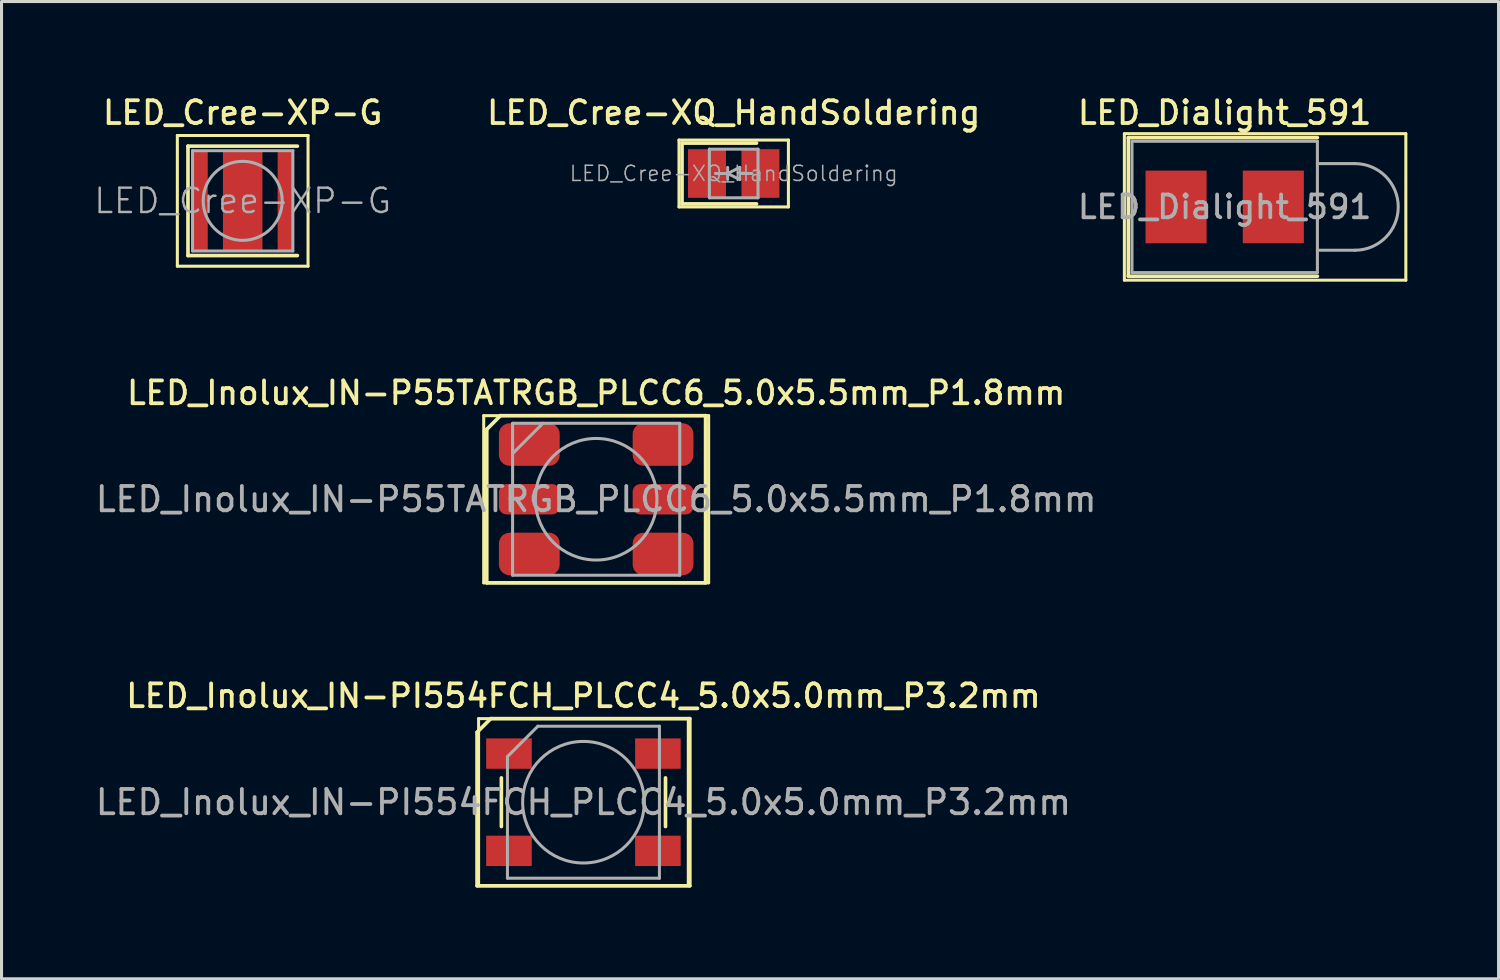
<source format=kicad_pcb>
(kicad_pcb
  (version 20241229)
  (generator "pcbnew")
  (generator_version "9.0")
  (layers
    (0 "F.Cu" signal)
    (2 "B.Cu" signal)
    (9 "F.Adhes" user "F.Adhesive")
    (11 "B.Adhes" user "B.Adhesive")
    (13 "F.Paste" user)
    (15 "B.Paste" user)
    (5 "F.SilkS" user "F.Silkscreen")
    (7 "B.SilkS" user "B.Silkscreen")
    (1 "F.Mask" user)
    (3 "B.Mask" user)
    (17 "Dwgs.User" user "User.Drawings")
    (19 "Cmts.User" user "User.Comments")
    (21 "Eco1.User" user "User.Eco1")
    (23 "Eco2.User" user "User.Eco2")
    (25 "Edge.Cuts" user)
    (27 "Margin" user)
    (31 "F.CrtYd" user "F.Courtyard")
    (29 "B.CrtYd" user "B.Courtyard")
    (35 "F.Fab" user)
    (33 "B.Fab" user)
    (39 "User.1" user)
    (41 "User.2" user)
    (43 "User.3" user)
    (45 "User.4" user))
  (footprint "LED_Cree-XQ_HandSoldering"
    (layer "F.Cu")
    (at 21.09 2.658)
    (property "Reference" "LED_Cree-XQ_HandSoldering" (at 0 -2 0) (layer "F.SilkS") (effects (font (size 0.75 0.75) (thickness 0.125))))
    (attr smd)
    (fp_line (start -1.8 -1.1) (end 1.8 -1.1) (stroke (width 0.1) (type solid)) (layer "F.SilkS"))
    (fp_line (start -1.8 1.1) (end -1.8 -1.1) (stroke (width 0.1) (type solid)) (layer "F.SilkS"))
    (fp_line (start -1.7 -1) (end -1.7 1) (stroke (width 0.12) (type solid)) (layer "F.SilkS"))
    (fp_line (start 0.75 -1) (end -1.7 -1) (stroke (width 0.12) (type solid)) (layer "F.SilkS"))
    (fp_line (start 0.75 1) (end -1.7 1) (stroke (width 0.12) (type solid)) (layer "F.SilkS"))
    (fp_line (start 1.8 -1.1) (end 1.8 1.1) (stroke (width 0.1) (type solid)) (layer "F.SilkS"))
    (fp_line (start 1.8 1.1) (end -1.8 1.1) (stroke (width 0.1) (type solid)) (layer "F.SilkS"))
    (fp_line (start -0.8 -0.8) (end 0.8 -0.8) (stroke (width 0.1) (type solid)) (layer "F.Fab"))
    (fp_line (start -0.8 0.8) (end -0.8 -0.8) (stroke (width 0.1) (type solid)) (layer "F.Fab"))
    (fp_line (start -0.6 0) (end -0.2 0) (stroke (width 0.1) (type solid)) (layer "F.Fab"))
    (fp_line (start -0.2 -0.2) (end -0.2 0.2) (stroke (width 0.1) (type solid)) (layer "F.Fab"))
    (fp_line (start -0.2 0) (end 0.2 -0.2) (stroke (width 0.1) (type solid)) (layer "F.Fab"))
    (fp_line (start 0.2 -0.2) (end 0.2 0.2) (stroke (width 0.1) (type solid)) (layer "F.Fab"))
    (fp_line (start 0.2 0.2) (end -0.2 0) (stroke (width 0.1) (type solid)) (layer "F.Fab"))
    (fp_line (start 0.6 0) (end 0.2 0) (stroke (width 0.1) (type solid)) (layer "F.Fab"))
    (fp_line (start 0.8 -0.8) (end 0.8 0.8) (stroke (width 0.1) (type solid)) (layer "F.Fab"))
    (fp_line (start 0.8 0.8) (end -0.8 0.8) (stroke (width 0.1) (type solid)) (layer "F.Fab"))
    (fp_text user "${REFERENCE}" (at 0 0 0) (layer "F.Fab") (effects (font (size 0.5 0.5) (thickness 0.05))))
    (pad "1" smd rect (at -0.88 0) (size 1.25 1.6) (layers "F.Cu" "F.Mask" "F.Paste"))
    (pad "2" smd rect (at 0.88 0) (size 1.25 1.6) (layers "F.Cu" "F.Mask" "F.Paste")))
  (footprint "LED_Inolux_IN-P55TATRGB_PLCC6_5.0x5.5mm_P1.8mm"
    (layer "F.Cu")
    (at 16.565 13.376)
    (property "Reference" "LED_Inolux_IN-P55TATRGB_PLCC6_5.0x5.5mm_P1.8mm" (at 0 -3.5 0) (layer "F.SilkS") (effects (font (size 0.75 0.75) (thickness 0.125))))
    (attr smd)
    (fp_line (start -3.7 -2.75) (end -3.7 2.75) (stroke (width 0.1) (type solid)) (layer "F.SilkS"))
    (fp_line (start -3.7 2.75) (end 3.7 2.75) (stroke (width 0.1) (type solid)) (layer "F.SilkS"))
    (fp_line (start -3.6 -2.3) (end -3.6 2.75) (stroke (width 0.12) (type default)) (layer "F.SilkS"))
    (fp_line (start -3.15 -2.75) (end -3.6 -2.3) (stroke (width 0.12) (type default)) (layer "F.SilkS"))
    (fp_line (start 3.6 -2.75) (end -3.15 -2.75) (stroke (width 0.12) (type solid)) (layer "F.SilkS"))
    (fp_line (start 3.6 2.75) (end -3.6 2.75) (stroke (width 0.12) (type solid)) (layer "F.SilkS"))
    (fp_line (start 3.6 2.75) (end 3.6 -2.75) (stroke (width 0.12) (type default)) (layer "F.SilkS"))
    (fp_line (start 3.7 -2.75) (end -3.7 -2.75) (stroke (width 0.1) (type solid)) (layer "F.SilkS"))
    (fp_line (start 3.7 2.75) (end 3.7 -2.75) (stroke (width 0.1) (type solid)) (layer "F.SilkS"))
    (fp_line (start -2.75 -2.5) (end 2.75 -2.5) (stroke (width 0.1) (type solid)) (layer "F.Fab"))
    (fp_line (start -2.75 -1.5) (end -1.75 -2.5) (stroke (width 0.1) (type solid)) (layer "F.Fab"))
    (fp_line (start -2.75 2.5) (end -2.75 -2.5) (stroke (width 0.1) (type solid)) (layer "F.Fab"))
    (fp_line (start 2.75 -2.5) (end 2.75 2.5) (stroke (width 0.1) (type solid)) (layer "F.Fab"))
    (fp_line (start 2.75 2.5) (end -2.75 2.5) (stroke (width 0.1) (type solid)) (layer "F.Fab"))
    (fp_circle (center 0 0) (end 0 -2) (stroke (width 0.1) (type solid)) (fill no) (layer "F.Fab"))
    (fp_text user "${REFERENCE}" (at 0 0 0) (layer "F.Fab") (effects (font (size 0.8 0.8) (thickness 0.125))))
    (pad "1" smd roundrect (at -2.2 -1.8) (size 2 1.4) (layers "F.Cu" "F.Mask" "F.Paste") (roundrect_rratio 0.25))
    (pad "2" smd roundrect (at -2.2 0) (size 2 1) (layers "F.Cu" "F.Mask" "F.Paste") (roundrect_rratio 0.25))
    (pad "3" smd roundrect (at -2.2 1.8) (size 2 1.4) (layers "F.Cu" "F.Mask" "F.Paste") (roundrect_rratio 0.25))
    (pad "4" smd roundrect (at 2.2 1.8) (size 2 1.4) (layers "F.Cu" "F.Mask" "F.Paste") (roundrect_rratio 0.25))
    (pad "5" smd roundrect (at 2.2 0) (size 2 1) (layers "F.Cu" "F.Mask" "F.Paste") (roundrect_rratio 0.25))
    (pad "6" smd roundrect (at 2.2 -1.8) (size 2 1.4) (layers "F.Cu" "F.Mask" "F.Paste") (roundrect_rratio 0.25)))
  (footprint "LED_Cree-XP-G"
    (layer "F.Cu")
    (at 4.935 3.558)
    (property "Reference" "LED_Cree-XP-G" (at 0 -2.9 0) (layer "F.SilkS") (effects (font (size 0.75 0.75) (thickness 0.125))))
    (attr smd)
    (fp_line (start -2.15 -2.15) (end 2.15 -2.15) (stroke (width 0.1) (type solid)) (layer "F.SilkS"))
    (fp_line (start -2.15 2.15) (end -2.15 -2.15) (stroke (width 0.1) (type solid)) (layer "F.SilkS"))
    (fp_line (start -1.8 -1.8) (end 1.8 -1.8) (stroke (width 0.12) (type solid)) (layer "F.SilkS"))
    (fp_line (start -1.8 1.8) (end -1.8 -1.8) (stroke (width 0.12) (type solid)) (layer "F.SilkS"))
    (fp_line (start 1.8 1.8) (end -1.8 1.8) (stroke (width 0.12) (type solid)) (layer "F.SilkS"))
    (fp_line (start 2.15 -2.15) (end 2.15 2.15) (stroke (width 0.1) (type solid)) (layer "F.SilkS"))
    (fp_line (start 2.15 2.15) (end -2.15 2.15) (stroke (width 0.1) (type solid)) (layer "F.SilkS"))
    (fp_line (start -1.65 -1.65) (end 1.65 -1.65) (stroke (width 0.1) (type solid)) (layer "F.Fab"))
    (fp_line (start -1.65 1.65) (end -1.65 -1.65) (stroke (width 0.1) (type solid)) (layer "F.Fab"))
    (fp_line (start 1.65 -1.65) (end 1.65 1.65) (stroke (width 0.1) (type solid)) (layer "F.Fab"))
    (fp_line (start 1.65 1.65) (end -1.65 1.65) (stroke (width 0.1) (type solid)) (layer "F.Fab"))
    (fp_circle (center 0 0) (end 0 1.3) (stroke (width 0.1) (type solid)) (fill no) (layer "F.Fab"))
    (fp_text user "${REFERENCE}" (at 0 0 0) (layer "F.Fab") (effects (font (size 0.8 0.8) (thickness 0.08))))
    (pad "" smd rect (at 0 -1) (size 1.01 0.75) (layers "F.Paste"))
    (pad "" smd rect (at 0 0) (size 1.01 0.75) (layers "F.Paste"))
    (pad "" smd rect (at 0 1) (size 1.01 0.75) (layers "F.Paste"))
    (pad "1" smd rect (at -1.4 0) (size 0.5 3.3) (layers "F.Cu" "F.Mask" "F.Paste"))
    (pad "2" smd rect (at 1.4 0) (size 0.5 3.3) (layers "F.Cu" "F.Mask" "F.Paste"))
    (pad "3" smd rect (at 0 0) (size 1.3 3.3) (layers "F.Cu" "F.Mask")))
  (footprint "LED_Dialight_591"
    (layer "F.Cu")
    (at 37.244 3.758)
    (property "Reference" "LED_Dialight_591" (at 0 -3.1 0) (layer "F.SilkS") (effects (font (size 0.75 0.75) (thickness 0.125))))
    (attr smd)
    (fp_line (start -3.3 -2.41) (end 5.96 -2.41) (stroke (width 0.1) (type solid)) (layer "F.SilkS"))
    (fp_line (start -3.3 2.41) (end -3.3 -2.41) (stroke (width 0.1) (type solid)) (layer "F.SilkS"))
    (fp_line (start -3.3 2.41) (end 5.96 2.41) (stroke (width 0.1) (type solid)) (layer "F.SilkS"))
    (fp_line (start -3.17 -2.28) (end -3.17 2.28) (stroke (width 0.12) (type solid)) (layer "F.SilkS"))
    (fp_line (start -3.17 -2.28) (end 3.05 -2.28) (stroke (width 0.12) (type solid)) (layer "F.SilkS"))
    (fp_line (start -3.17 2.28) (end 3.05 2.28) (stroke (width 0.12) (type solid)) (layer "F.SilkS"))
    (fp_line (start 5.96 -2.41) (end 5.96 2.41) (stroke (width 0.1) (type solid)) (layer "F.SilkS"))
    (fp_line (start -3.05 -2.16) (end -3.05 2.16) (stroke (width 0.1) (type solid)) (layer "F.Fab"))
    (fp_line (start -3.05 -2.16) (end 3.05 -2.16) (stroke (width 0.1) (type solid)) (layer "F.Fab"))
    (fp_line (start -3.05 2.16) (end 3.05 2.16) (stroke (width 0.1) (type solid)) (layer "F.Fab"))
    (fp_line (start 3.05 -2.16) (end 3.05 2.16) (stroke (width 0.1) (type solid)) (layer "F.Fab"))
    (fp_line (start 3.05 -1.425) (end 4.285 -1.425) (stroke (width 0.1) (type solid)) (layer "F.Fab"))
    (fp_line (start 3.05 1.425) (end 4.285 1.425) (stroke (width 0.1) (type solid)) (layer "F.Fab"))
    (fp_arc (start 4.285 -1.425) (mid 5.71 0) (end 4.285 1.425) (stroke (width 0.1) (type solid)) (layer "F.Fab"))
    (fp_text user "${REFERENCE}" (at 0 0 0) (layer "F.Fab") (effects (font (size 0.75 0.75) (thickness 0.125))))
    (pad "1" smd rect (at -1.6 0) (size 2.01 2.39) (layers "F.Cu" "F.Mask" "F.Paste"))
    (pad "2" smd rect (at 1.6 0) (size 2.01 2.39) (layers "F.Cu" "F.Mask" "F.Paste")))
  (footprint "LED_Inolux_IN-PI554FCH_PLCC4_5.0x5.0mm_P3.2mm"
    (layer "F.Cu")
    (at 16.146 23.344)
    (property "Reference" "LED_Inolux_IN-PI554FCH_PLCC4_5.0x5.0mm_P3.2mm" (at 0 -3.5 0) (layer "F.SilkS") (effects (font (size 0.75 0.75) (thickness 0.125))))
    (attr smd)
    (fp_line (start -3.5 -2.3) (end -3.5 2.75) (stroke (width 0.12) (type default)) (layer "F.SilkS"))
    (fp_line (start -3.45 -2.75) (end -3.45 2.75) (stroke (width 0.1) (type solid)) (layer "F.SilkS"))
    (fp_line (start -3.45 2.75) (end 3.45 2.75) (stroke (width 0.1) (type solid)) (layer "F.SilkS"))
    (fp_line (start -3.05 -2.75) (end -3.5 -2.3) (stroke (width 0.12) (type default)) (layer "F.SilkS"))
    (fp_line (start -2.7 -0.8) (end -2.7 0.8) (stroke (width 0.12) (type default)) (layer "F.SilkS"))
    (fp_line (start 2.7 -0.8) (end 2.7 0.8) (stroke (width 0.12) (type default)) (layer "F.SilkS"))
    (fp_line (start 3.45 -2.75) (end -3.45 -2.75) (stroke (width 0.1) (type solid)) (layer "F.SilkS"))
    (fp_line (start 3.45 2.75) (end 3.45 -2.75) (stroke (width 0.1) (type solid)) (layer "F.SilkS"))
    (fp_line (start 3.5 -2.75) (end -3.05 -2.75) (stroke (width 0.12) (type solid)) (layer "F.SilkS"))
    (fp_line (start 3.5 2.75) (end -3.5 2.75) (stroke (width 0.12) (type solid)) (layer "F.SilkS"))
    (fp_line (start 3.5 2.75) (end 3.5 -2.75) (stroke (width 0.12) (type default)) (layer "F.SilkS"))
    (fp_line (start -2.5 -1.5) (end -2.5 2.5) (stroke (width 0.1) (type solid)) (layer "F.Fab"))
    (fp_line (start -2.5 2.5) (end 2.5 2.5) (stroke (width 0.1) (type solid)) (layer "F.Fab"))
    (fp_line (start -1.5 -2.5) (end -2.5 -1.5) (stroke (width 0.1) (type solid)) (layer "F.Fab"))
    (fp_line (start 2.5 -2.5) (end -1.5 -2.5) (stroke (width 0.1) (type solid)) (layer "F.Fab"))
    (fp_line (start 2.5 2.5) (end 2.5 -2.5) (stroke (width 0.1) (type solid)) (layer "F.Fab"))
    (fp_circle (center 0 0) (end 0 -2) (stroke (width 0.1) (type solid)) (fill no) (layer "F.Fab"))
    (fp_text user "${REFERENCE}" (at 0 0 0) (layer "F.Fab") (effects (font (size 0.8 0.8) (thickness 0.125))))
    (pad "1" smd rect (at -2.45 -1.6) (size 1.5 1) (layers "F.Cu" "F.Mask" "F.Paste"))
    (pad "2" smd rect (at -2.45 1.6) (size 1.5 1) (layers "F.Cu" "F.Mask" "F.Paste"))
    (pad "3" smd rect (at 2.45 1.6) (size 1.5 1) (layers "F.Cu" "F.Mask" "F.Paste"))
    (pad "4" smd rect (at 2.45 -1.6) (size 1.5 1) (layers "F.Cu" "F.Mask" "F.Paste")))
  (gr_rect
    (start -3 -3)
    (end 46.254 29.154)
    (stroke (width 0.1) (type default))
    (fill no)
    (layer "Edge.Cuts")))
</source>
